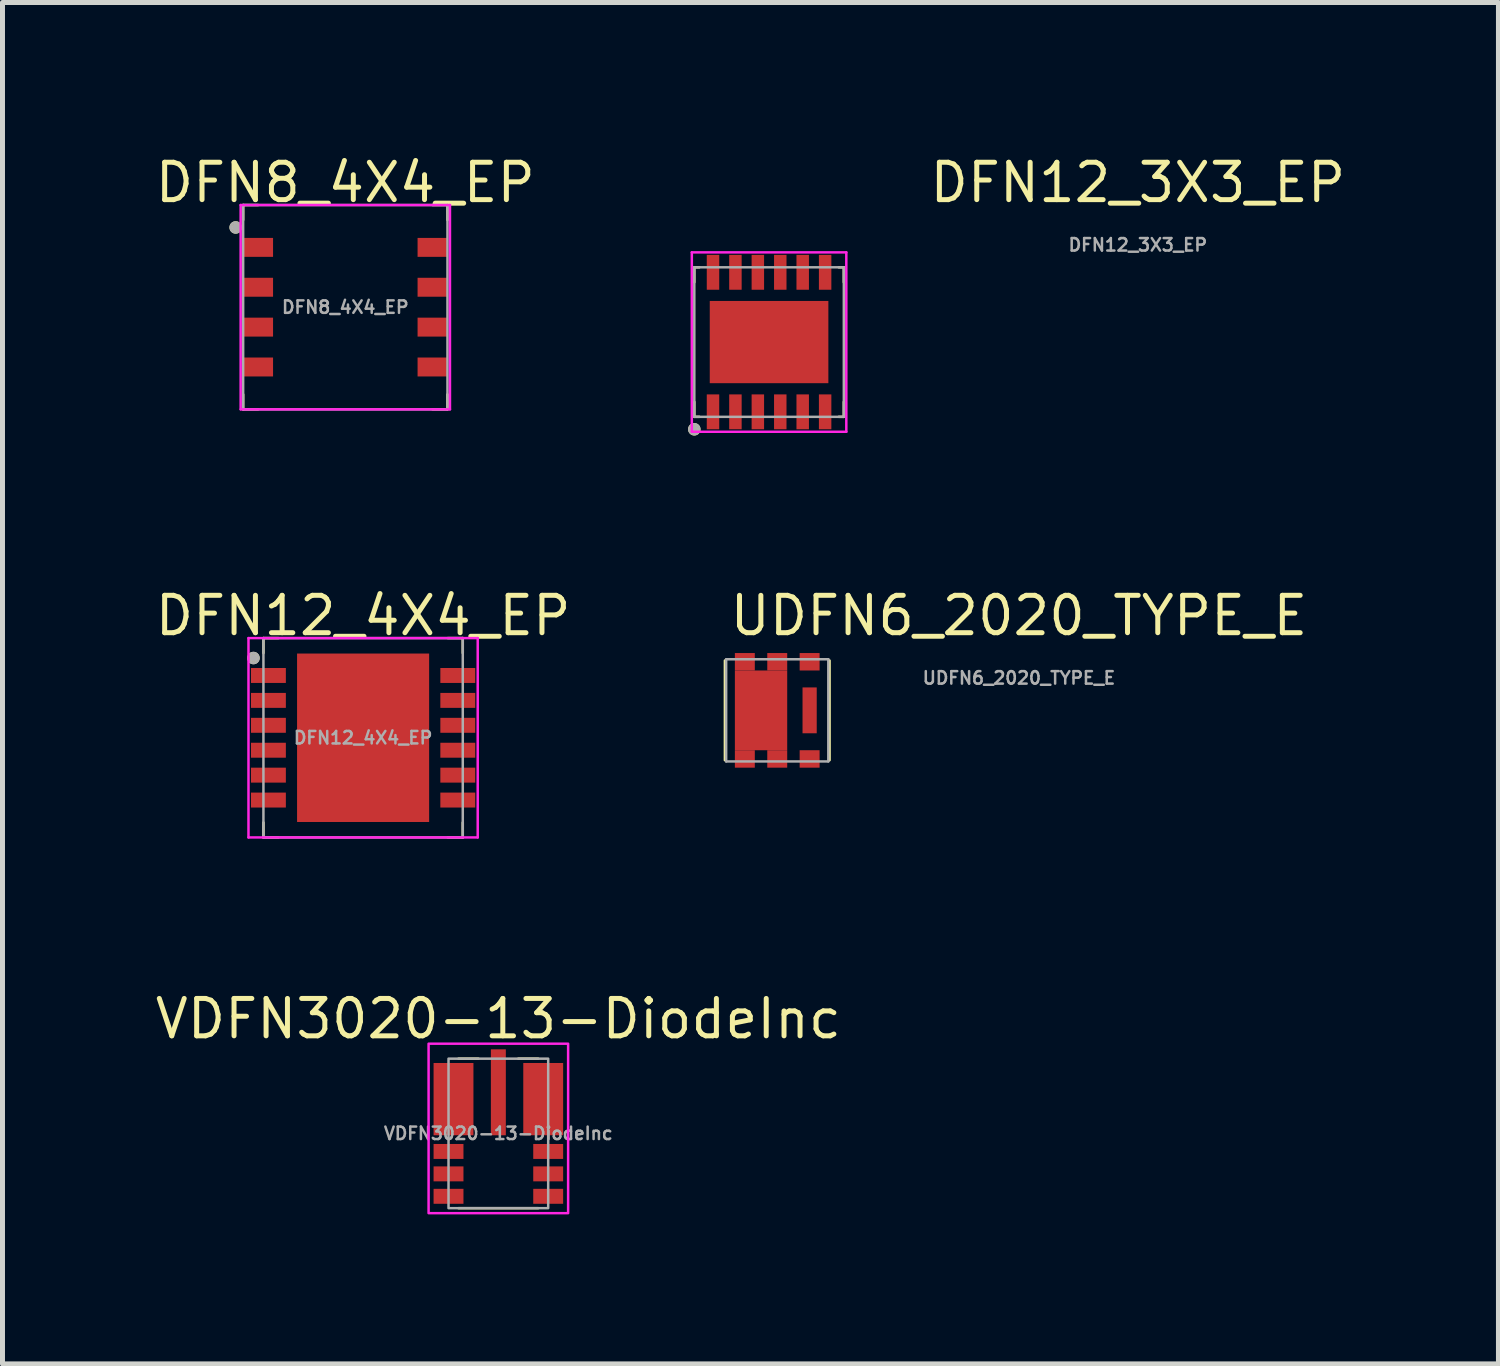
<source format=kicad_pcb>
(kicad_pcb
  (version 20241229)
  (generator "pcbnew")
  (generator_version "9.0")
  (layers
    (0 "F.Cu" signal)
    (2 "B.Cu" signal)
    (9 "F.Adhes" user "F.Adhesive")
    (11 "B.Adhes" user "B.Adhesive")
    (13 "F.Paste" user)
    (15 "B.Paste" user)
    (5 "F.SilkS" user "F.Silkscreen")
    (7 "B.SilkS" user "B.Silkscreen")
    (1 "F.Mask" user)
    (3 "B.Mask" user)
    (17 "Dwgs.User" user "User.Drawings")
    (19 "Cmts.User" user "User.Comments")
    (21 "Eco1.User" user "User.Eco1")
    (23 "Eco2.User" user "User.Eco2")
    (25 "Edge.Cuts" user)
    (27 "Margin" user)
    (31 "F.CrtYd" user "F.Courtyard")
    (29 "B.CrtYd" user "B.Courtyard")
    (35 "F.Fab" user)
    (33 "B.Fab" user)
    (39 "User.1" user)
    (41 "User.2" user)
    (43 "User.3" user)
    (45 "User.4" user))
  (footprint "DFN12_3X3_EP"
    (layer "F.Cu")
    (at 12.382 3.814)
    (property "Reference" "DFN12_3X3_EP" (at 7.4 -3.2 0) (unlocked yes) (layer "F.SilkS") (effects (font (size 0.75 0.75) (thickness 0.1))))
    (attr smd)
    (fp_line (start -1.5 -1.5) (end -1.5 -1.2) (stroke (width 0.05) (type solid)) (layer "F.SilkS"))
    (fp_line (start -1.5 -1.5) (end -1.4 -1.5) (stroke (width 0.05) (type solid)) (layer "F.SilkS"))
    (fp_line (start -1.5 1.5) (end -1.5 1.2) (stroke (width 0.05) (type solid)) (layer "F.SilkS"))
    (fp_line (start -1.4 1.5) (end -1.5 1.5) (stroke (width 0.05) (type solid)) (layer "F.SilkS"))
    (fp_line (start 1.4 -1.5) (end 1.5 -1.5) (stroke (width 0.05) (type solid)) (layer "F.SilkS"))
    (fp_line (start 1.5 -1.5) (end 1.5 -1.2) (stroke (width 0.05) (type solid)) (layer "F.SilkS"))
    (fp_line (start 1.5 1.5) (end 1.4 1.5) (stroke (width 0.05) (type solid)) (layer "F.SilkS"))
    (fp_line (start 1.5 1.5) (end 1.5 1.2) (stroke (width 0.05) (type solid)) (layer "F.SilkS"))
    (fp_circle (center -1.5 1.75) (end -1.5 1.75) (stroke (width 0.05) (type solid)) (fill no) (layer "F.SilkS"))
    (fp_circle (center -1.5 1.75) (end -1.45 1.75) (stroke (width 0.05) (type solid)) (fill no) (layer "F.SilkS"))
    (fp_circle (center -1.5 1.75) (end -1.4 1.75) (stroke (width 0.05) (type solid)) (fill no) (layer "F.SilkS"))
    (fp_line (start -1.55 -1.8) (end 1.55 -1.8) (stroke (width 0.05) (type solid)) (layer "F.CrtYd"))
    (fp_line (start -1.55 1.8) (end -1.55 -1.8) (stroke (width 0.05) (type solid)) (layer "F.CrtYd"))
    (fp_line (start 1.55 -1.8) (end 1.55 1.8) (stroke (width 0.05) (type solid)) (layer "F.CrtYd"))
    (fp_line (start 1.55 1.8) (end -1.55 1.8) (stroke (width 0.05) (type solid)) (layer "F.CrtYd"))
    (fp_line (start -1.5 -1.5) (end 1.5 -1.5) (stroke (width 0.05) (type solid)) (layer "F.Fab"))
    (fp_line (start -1.5 1.5) (end -1.5 -1.5) (stroke (width 0.05) (type solid)) (layer "F.Fab"))
    (fp_line (start -1.5 1.5) (end 1.5 1.5) (stroke (width 0.05) (type solid)) (layer "F.Fab"))
    (fp_line (start 1.5 1.5) (end 1.5 -1.5) (stroke (width 0.05) (type solid)) (layer "F.Fab"))
    (fp_circle (center -1.5 1.75) (end -1.5 1.75) (stroke (width 0.05) (type solid)) (fill no) (layer "F.Fab"))
    (fp_circle (center -1.5 1.75) (end -1.45 1.75) (stroke (width 0.05) (type solid)) (fill no) (layer "F.Fab"))
    (fp_circle (center -1.5 1.75) (end -1.4 1.75) (stroke (width 0.05) (type solid)) (fill no) (layer "F.Fab"))
    (fp_text user "${REFERENCE}" (at 7.4 -1.95 0) (unlocked yes) (layer "F.Fab") (effects (font (size 0.25 0.25) (thickness 0.05))))
    (pad "1" smd rect (at -1.125 1.4) (size 0.25 0.7) (layers "F.Cu" "F.Mask" "F.Paste"))
    (pad "2" smd rect (at -0.675 1.4) (size 0.25 0.7) (layers "F.Cu" "F.Mask" "F.Paste"))
    (pad "3" smd rect (at -0.225 1.4) (size 0.25 0.7) (layers "F.Cu" "F.Mask" "F.Paste"))
    (pad "4" smd rect (at 0.225 1.4) (size 0.25 0.7) (layers "F.Cu" "F.Mask" "F.Paste"))
    (pad "5" smd rect (at 0.675 1.4) (size 0.25 0.7) (layers "F.Cu" "F.Mask" "F.Paste"))
    (pad "6" smd rect (at 1.125 1.4) (size 0.25 0.7) (layers "F.Cu" "F.Mask" "F.Paste"))
    (pad "7" smd rect (at 1.125 -1.4) (size 0.25 0.7) (layers "F.Cu" "F.Mask" "F.Paste"))
    (pad "8" smd rect (at 0.675 -1.4) (size 0.25 0.7) (layers "F.Cu" "F.Mask" "F.Paste"))
    (pad "9" smd rect (at 0.225 -1.4) (size 0.25 0.7) (layers "F.Cu" "F.Mask" "F.Paste"))
    (pad "10" smd rect (at -0.225 -1.4) (size 0.25 0.7) (layers "F.Cu" "F.Mask" "F.Paste"))
    (pad "11" smd rect (at -0.675 -1.4) (size 0.25 0.7) (layers "F.Cu" "F.Mask" "F.Paste"))
    (pad "12" smd rect (at -1.125 -1.4) (size 0.25 0.7) (layers "F.Cu" "F.Mask" "F.Paste"))
    (pad "13" smd rect (at 0 0) (size 2.38 1.65) (layers "F.Cu" "F.Mask" "F.Paste")))
  (footprint "VDFN3020-13-DiodeInc"
    (layer "F.Cu")
    (at 6.95 19.693)
    (property "Reference" "VDFN3020-13-DiodeInc" (at 0 -2.3 0) (unlocked yes) (layer "F.SilkS") (effects (font (size 0.75 0.75) (thickness 0.1))))
    (attr smd)
    (fp_line (start -0.8 -1.5) (end -0.4 -1.5) (stroke (width 0.05) (type solid)) (layer "F.SilkS"))
    (fp_line (start -0.8 1.5) (end 0.8 1.5) (stroke (width 0.05) (type solid)) (layer "F.SilkS"))
    (fp_line (start 0.8 -1.5) (end 0.4 -1.5) (stroke (width 0.05) (type solid)) (layer "F.SilkS"))
    (fp_rect (start -1.4 -1.8) (end 1.4 1.6) (stroke (width 0.05) (type solid)) (fill no) (layer "F.CrtYd"))
    (fp_rect (start -1 -1.5) (end 1 1.5) (stroke (width 0.05) (type solid)) (fill no) (layer "F.Fab"))
    (fp_text user "${REFERENCE}" (at 0 0 0) (unlocked yes) (layer "F.Fab") (effects (font (size 0.25 0.25) (thickness 0.05))))
    (pad "1" smd rect (at -0.9 -0.688) (size 0.8 1.45) (layers "F.Cu" "F.Mask" "F.Paste"))
    (pad "2" smd rect (at -1 0.362) (size 0.6 0.3) (layers "F.Cu" "F.Mask" "F.Paste"))
    (pad "3" smd rect (at -1 0.812) (size 0.6 0.3) (layers "F.Cu" "F.Mask" "F.Paste"))
    (pad "4" smd rect (at -1 1.262) (size 0.6 0.3) (layers "F.Cu" "F.Mask" "F.Paste"))
    (pad "5" smd rect (at 1 1.262) (size 0.6 0.3) (layers "F.Cu" "F.Mask" "F.Paste"))
    (pad "6" smd rect (at 1 0.812) (size 0.6 0.3) (layers "F.Cu" "F.Mask" "F.Paste"))
    (pad "7" smd rect (at 1 0.362) (size 0.6 0.3) (layers "F.Cu" "F.Mask" "F.Paste"))
    (pad "8" smd rect (at 0.9 -0.688) (size 0.8 1.45) (layers "F.Cu" "F.Mask" "F.Paste"))
    (pad "9" smd rect (at 0 -0.825) (size 0.3 1.725) (layers "F.Cu" "F.Mask" "F.Paste")))
  (footprint "DFN12_4X4_EP"
    (layer "F.Cu")
    (at 4.236 11.754)
    (property "Reference" "DFN12_4X4_EP" (at 0 -2.45 0) (unlocked yes) (layer "F.SilkS") (effects (font (size 0.75 0.75) (thickness 0.1))))
    (attr smd)
    (fp_line (start -2 -2) (end -2 -1.7) (stroke (width 0.05) (type solid)) (layer "F.SilkS"))
    (fp_line (start -2 -2) (end -1.7 -2) (stroke (width 0.05) (type solid)) (layer "F.SilkS"))
    (fp_line (start -2 2) (end -2 1.7) (stroke (width 0.05) (type solid)) (layer "F.SilkS"))
    (fp_line (start -2 2) (end -1.7 2) (stroke (width 0.05) (type solid)) (layer "F.SilkS"))
    (fp_line (start 2 -2) (end 1.7 -2) (stroke (width 0.05) (type solid)) (layer "F.SilkS"))
    (fp_line (start 2 -2) (end 2 -1.7) (stroke (width 0.05) (type solid)) (layer "F.SilkS"))
    (fp_line (start 2 2) (end 1.7 2) (stroke (width 0.05) (type solid)) (layer "F.SilkS"))
    (fp_line (start 2 2) (end 2 1.7) (stroke (width 0.05) (type solid)) (layer "F.SilkS"))
    (fp_circle (center -2.2 -1.6) (end -2.2 -1.6) (stroke (width 0.05) (type solid)) (fill no) (layer "F.SilkS"))
    (fp_circle (center -2.2 -1.6) (end -2.15 -1.6) (stroke (width 0.05) (type solid)) (fill no) (layer "F.SilkS"))
    (fp_circle (center -2.2 -1.6) (end -2.1 -1.6) (stroke (width 0.05) (type solid)) (fill no) (layer "F.SilkS"))
    (fp_line (start -2.3 -2) (end 2.3 -2) (stroke (width 0.05) (type solid)) (layer "F.CrtYd"))
    (fp_line (start -2.3 2) (end -2.3 -2) (stroke (width 0.05) (type solid)) (layer "F.CrtYd"))
    (fp_line (start 2.3 -2) (end 2.3 2) (stroke (width 0.05) (type solid)) (layer "F.CrtYd"))
    (fp_line (start 2.3 2) (end -2.3 2) (stroke (width 0.05) (type solid)) (layer "F.CrtYd"))
    (fp_line (start -2 -2) (end -2 2) (stroke (width 0.05) (type solid)) (layer "F.Fab"))
    (fp_line (start -2 -2) (end 2 -2) (stroke (width 0.05) (type solid)) (layer "F.Fab"))
    (fp_line (start 2 -2) (end 2 2) (stroke (width 0.05) (type solid)) (layer "F.Fab"))
    (fp_line (start 2 2) (end -2 2) (stroke (width 0.05) (type solid)) (layer "F.Fab"))
    (fp_circle (center -2.2 -1.6) (end -2.2 -1.6) (stroke (width 0.05) (type solid)) (fill no) (layer "F.Fab"))
    (fp_circle (center -2.2 -1.6) (end -2.15 -1.6) (stroke (width 0.05) (type solid)) (fill no) (layer "F.Fab"))
    (fp_circle (center -2.2 -1.6) (end -2.1 -1.6) (stroke (width 0.05) (type solid)) (fill no) (layer "F.Fab"))
    (fp_text user "${REFERENCE}" (at 0 0 0) (unlocked yes) (layer "F.Fab") (effects (font (size 0.25 0.25) (thickness 0.05))))
    (pad "1" smd rect (at -1.9 -1.25 270) (size 0.3 0.7) (layers "F.Cu" "F.Mask" "F.Paste"))
    (pad "2" smd rect (at -1.9 -0.75 270) (size 0.3 0.7) (layers "F.Cu" "F.Mask" "F.Paste"))
    (pad "3" smd rect (at -1.9 -0.25 270) (size 0.3 0.7) (layers "F.Cu" "F.Mask" "F.Paste"))
    (pad "4" smd rect (at -1.9 0.25 270) (size 0.3 0.7) (layers "F.Cu" "F.Mask" "F.Paste"))
    (pad "5" smd rect (at -1.9 0.75 270) (size 0.3 0.7) (layers "F.Cu" "F.Mask" "F.Paste"))
    (pad "6" smd rect (at -1.9 1.25 270) (size 0.3 0.7) (layers "F.Cu" "F.Mask" "F.Paste"))
    (pad "7" smd rect (at 1.9 1.25 270) (size 0.3 0.7) (layers "F.Cu" "F.Mask" "F.Paste"))
    (pad "8" smd rect (at 1.9 0.75 270) (size 0.3 0.7) (layers "F.Cu" "F.Mask" "F.Paste"))
    (pad "9" smd rect (at 1.9 0.25 270) (size 0.3 0.7) (layers "F.Cu" "F.Mask" "F.Paste"))
    (pad "10" smd rect (at 1.9 -0.25 270) (size 0.3 0.7) (layers "F.Cu" "F.Mask" "F.Paste"))
    (pad "11" smd rect (at 1.9 -0.75 270) (size 0.3 0.7) (layers "F.Cu" "F.Mask" "F.Paste"))
    (pad "12" smd rect (at 1.9 -1.25 270) (size 0.3 0.7) (layers "F.Cu" "F.Mask" "F.Paste"))
    (pad "13" smd rect (at 0 0 270) (size 3.38 2.65) (layers "F.Cu" "F.Mask" "F.Paste")))
  (footprint "DFN8_4X4_EP"
    (layer "F.Cu")
    (at 3.879 3.114)
    (property "Reference" "DFN8_4X4_EP" (at 0 -2.5 0) (unlocked yes) (layer "F.SilkS") (effects (font (size 0.75 0.75) (thickness 0.1))))
    (attr smd)
    (fp_line (start -2.05 -2.05) (end -2.05 -1.75) (stroke (width 0.05) (type solid)) (layer "F.SilkS"))
    (fp_line (start -2.05 -2.05) (end -1.75 -2.05) (stroke (width 0.05) (type solid)) (layer "F.SilkS"))
    (fp_line (start -2.05 2.05) (end -2.05 1.75) (stroke (width 0.05) (type solid)) (layer "F.SilkS"))
    (fp_line (start -2.05 2.05) (end -1.75 2.05) (stroke (width 0.05) (type solid)) (layer "F.SilkS"))
    (fp_line (start 2.05 -2.05) (end 1.75 -2.05) (stroke (width 0.05) (type solid)) (layer "F.SilkS"))
    (fp_line (start 2.05 -2.05) (end 2.05 -1.75) (stroke (width 0.05) (type solid)) (layer "F.SilkS"))
    (fp_line (start 2.05 2.05) (end 1.75 2.05) (stroke (width 0.05) (type solid)) (layer "F.SilkS"))
    (fp_line (start 2.05 2.05) (end 2.05 1.75) (stroke (width 0.05) (type solid)) (layer "F.SilkS"))
    (fp_circle (center -2.2 -1.6) (end -2.2 -1.6) (stroke (width 0.05) (type solid)) (fill no) (layer "F.SilkS"))
    (fp_circle (center -2.2 -1.6) (end -2.15 -1.6) (stroke (width 0.05) (type solid)) (fill no) (layer "F.SilkS"))
    (fp_circle (center -2.2 -1.6) (end -2.1 -1.6) (stroke (width 0.05) (type solid)) (fill no) (layer "F.SilkS"))
    (fp_line (start -2.1 -2.05) (end 2.1 -2.05) (stroke (width 0.05) (type solid)) (layer "F.CrtYd"))
    (fp_line (start -2.1 2.05) (end -2.1 -2.05) (stroke (width 0.05) (type solid)) (layer "F.CrtYd"))
    (fp_line (start 2.1 -2.05) (end 2.1 2.05) (stroke (width 0.05) (type solid)) (layer "F.CrtYd"))
    (fp_line (start 2.1 2.05) (end -2.1 2.05) (stroke (width 0.05) (type solid)) (layer "F.CrtYd"))
    (fp_line (start -2.05 -2.05) (end 2.05 -2.05) (stroke (width 0.05) (type solid)) (layer "F.Fab"))
    (fp_line (start -2.05 2.05) (end -2.05 -2.05) (stroke (width 0.05) (type solid)) (layer "F.Fab"))
    (fp_line (start -2.05 2.05) (end 2.05 2.05) (stroke (width 0.05) (type solid)) (layer "F.Fab"))
    (fp_line (start 2.05 -2.05) (end 2.05 2.05) (stroke (width 0.05) (type solid)) (layer "F.Fab"))
    (fp_circle (center -2.2 -1.6) (end -2.2 -1.6) (stroke (width 0.05) (type solid)) (fill no) (layer "F.Fab"))
    (fp_circle (center -2.2 -1.6) (end -2.15 -1.6) (stroke (width 0.05) (type solid)) (fill no) (layer "F.Fab"))
    (fp_circle (center -2.2 -1.6) (end -2.1 -1.6) (stroke (width 0.05) (type solid)) (fill no) (layer "F.Fab"))
    (fp_text user "${REFERENCE}" (at 0 0 0) (unlocked yes) (layer "F.Fab") (effects (font (size 0.25 0.25) (thickness 0.05))))
    (pad "1" smd rect (at -1.75 -1.2) (size 0.6 0.38) (layers "F.Cu" "F.Mask" "F.Paste"))
    (pad "2" smd rect (at -1.75 -0.4) (size 0.6 0.38) (layers "F.Cu" "F.Mask" "F.Paste"))
    (pad "3" smd rect (at -1.75 0.4) (size 0.6 0.38) (layers "F.Cu" "F.Mask" "F.Paste"))
    (pad "4" smd rect (at -1.75 1.2) (size 0.6 0.38) (layers "F.Cu" "F.Mask" "F.Paste"))
    (pad "5" smd rect (at 1.75 1.2) (size 0.6 0.38) (layers "F.Cu" "F.Mask" "F.Paste"))
    (pad "6" smd rect (at 1.75 0.4) (size 0.6 0.38) (layers "F.Cu" "F.Mask" "F.Paste"))
    (pad "7" smd rect (at 1.75 -0.4) (size 0.6 0.38) (layers "F.Cu" "F.Mask" "F.Paste"))
    (pad "8" smd rect (at 1.75 -1.2) (size 0.6 0.38) (layers "F.Cu" "F.Mask" "F.Paste")))
  (footprint "UDFN6_2020_TYPE_E"
    (layer "F.Cu")
    (at 12.546 11.204)
    (property "Reference" "UDFN6_2020_TYPE_E" (at 4.85 -1.9 0) (unlocked yes) (layer "F.SilkS") (effects (font (size 0.75 0.75) (thickness 0.1))))
    (attr smd)
    (fp_line (start -1.05 -1) (end -1.05 1) (stroke (width 0.05) (type solid)) (layer "F.SilkS"))
    (fp_line (start 1.05 -1) (end 1.05 1) (stroke (width 0.05) (type solid)) (layer "F.SilkS"))
    (fp_line (start -1.025 -1.025) (end 1.025 -1.025) (stroke (width 0.05) (type solid)) (layer "F.Fab"))
    (fp_line (start -1.025 1.025) (end -1.025 -1.025) (stroke (width 0.05) (type solid)) (layer "F.Fab"))
    (fp_line (start -1.025 1.025) (end 1.025 1.025) (stroke (width 0.05) (type solid)) (layer "F.Fab"))
    (fp_line (start 1.025 1.025) (end 1.025 -1.025) (stroke (width 0.05) (type solid)) (layer "F.Fab"))
    (fp_text user "${REFERENCE}" (at 4.85 -0.65 0) (unlocked yes) (layer "F.Fab") (effects (font (size 0.25 0.25) (thickness 0.05))))
    (pad "1" smd rect (at -0.65 -0.975) (size 0.4 0.35) (layers "F.Cu" "F.Mask" "F.Paste"))
    (pad "1" smd rect (at -0.325 0) (size 1.05 1.6) (layers "F.Cu" "F.Mask" "F.Paste"))
    (pad "2" smd rect (at 0 -0.975) (size 0.4 0.35) (layers "F.Cu" "F.Mask" "F.Paste"))
    (pad "3" smd rect (at 0.65 -0.975) (size 0.4 0.35) (layers "F.Cu" "F.Mask" "F.Paste"))
    (pad "4" smd rect (at 0.65 0.975) (size 0.4 0.35) (layers "F.Cu" "F.Mask" "F.Paste"))
    (pad "5" smd rect (at 0 0.975) (size 0.4 0.35) (layers "F.Cu" "F.Mask" "F.Paste"))
    (pad "6" smd rect (at -0.65 0.975) (size 0.4 0.35) (layers "F.Cu" "F.Mask" "F.Paste"))
    (pad "7" smd rect (at 0.65 0) (size 0.285 0.92) (layers "F.Cu" "F.Mask" "F.Paste")))
  (gr_rect
    (start -3 -3)
    (end 27.018 24.318)
    (stroke (width 0.1) (type default))
    (fill no)
    (layer "Edge.Cuts")))
</source>
